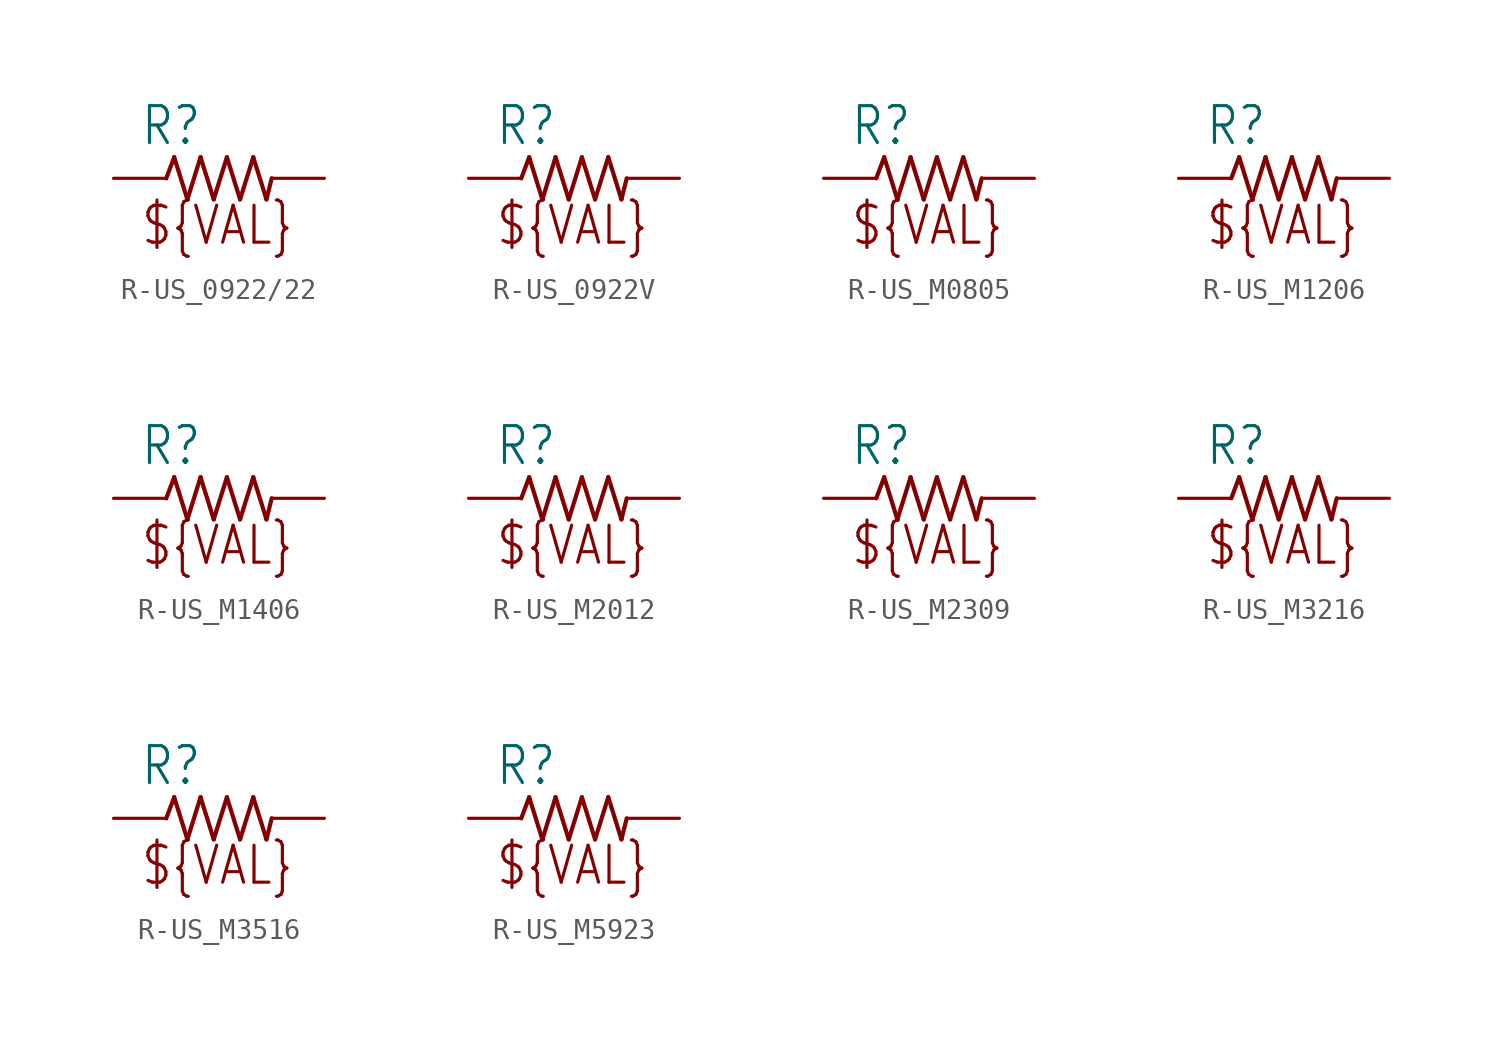
<source format=kicad_sym>
(kicad_symbol_lib
  (version 20231120)
  (generator "kicad_symbol_editor")
  (generator_version "8.0")
  (symbol "R-US_0922/22"
    (property "Reference" "R"
      (at -3.81 1.499 0)
      (effects (font (size 1.778 1.511)) (justify left bottom)))
    (property "ki_locked" ""
      (at 0 0 0)
      (effects (font (size 1.27 1.27))))
    (symbol "R-US_0922/22_1_0"
      (polyline (pts (xy -2.54 0) (xy -2.159 1.016)) (stroke (width 0.203) (type solid)) (fill (type none)))
      (polyline (pts (xy -2.159 1.016) (xy -1.524 -1.016)) (stroke (width 0.203) (type solid)) (fill (type none)))
      (polyline (pts (xy -1.524 -1.016) (xy -0.889 1.016)) (stroke (width 0.203) (type solid)) (fill (type none)))
      (polyline (pts (xy -0.889 1.016) (xy -0.254 -1.016)) (stroke (width 0.203) (type solid)) (fill (type none)))
      (polyline (pts (xy -0.254 -1.016) (xy 0.381 1.016)) (stroke (width 0.203) (type solid)) (fill (type none)))
      (polyline (pts (xy 0.381 1.016) (xy 1.016 -1.016)) (stroke (width 0.203) (type solid)) (fill (type none)))
      (polyline (pts (xy 1.016 -1.016) (xy 1.651 1.016)) (stroke (width 0.203) (type solid)) (fill (type none)))
      (polyline (pts (xy 1.651 1.016) (xy 2.286 -1.016)) (stroke (width 0.203) (type solid)) (fill (type none)))
      (polyline (pts (xy 2.286 -1.016) (xy 2.54 0)) (stroke (width 0.203) (type solid)) (fill (type none)))
      (text "${VAL}" (at -3.81 -3.302 0) (effects (font (size 1.778 1.511)) (justify left bottom)))
      (pin passive line (at -5.08 0 0) (length 2.54) (name "1" (effects (font (size 0 0)))) (number "1" (effects (font (size 0 0)))))
      (pin passive line (at 5.08 0 180) (length 2.54) (name "2" (effects (font (size 0 0)))) (number "2" (effects (font (size 0 0)))))))
  (symbol "R-US_0922V"
    (property "Reference" "R"
      (at -3.81 1.499 0)
      (effects (font (size 1.778 1.511)) (justify left bottom)))
    (property "ki_locked" ""
      (at 0 0 0)
      (effects (font (size 1.27 1.27))))
    (symbol "R-US_0922V_1_0"
      (polyline (pts (xy -2.54 0) (xy -2.159 1.016)) (stroke (width 0.203) (type solid)) (fill (type none)))
      (polyline (pts (xy -2.159 1.016) (xy -1.524 -1.016)) (stroke (width 0.203) (type solid)) (fill (type none)))
      (polyline (pts (xy -1.524 -1.016) (xy -0.889 1.016)) (stroke (width 0.203) (type solid)) (fill (type none)))
      (polyline (pts (xy -0.889 1.016) (xy -0.254 -1.016)) (stroke (width 0.203) (type solid)) (fill (type none)))
      (polyline (pts (xy -0.254 -1.016) (xy 0.381 1.016)) (stroke (width 0.203) (type solid)) (fill (type none)))
      (polyline (pts (xy 0.381 1.016) (xy 1.016 -1.016)) (stroke (width 0.203) (type solid)) (fill (type none)))
      (polyline (pts (xy 1.016 -1.016) (xy 1.651 1.016)) (stroke (width 0.203) (type solid)) (fill (type none)))
      (polyline (pts (xy 1.651 1.016) (xy 2.286 -1.016)) (stroke (width 0.203) (type solid)) (fill (type none)))
      (polyline (pts (xy 2.286 -1.016) (xy 2.54 0)) (stroke (width 0.203) (type solid)) (fill (type none)))
      (text "${VAL}" (at -3.81 -3.302 0) (effects (font (size 1.778 1.511)) (justify left bottom)))
      (pin passive line (at -5.08 0 0) (length 2.54) (name "1" (effects (font (size 0 0)))) (number "1" (effects (font (size 0 0)))))
      (pin passive line (at 5.08 0 180) (length 2.54) (name "2" (effects (font (size 0 0)))) (number "2" (effects (font (size 0 0)))))))
  (symbol "R-US_M0805"
    (property "Reference" "R"
      (at -3.81 1.499 0)
      (effects (font (size 1.778 1.511)) (justify left bottom)))
    (property "ki_locked" ""
      (at 0 0 0)
      (effects (font (size 1.27 1.27))))
    (symbol "R-US_M0805_1_0"
      (polyline (pts (xy -2.54 0) (xy -2.159 1.016)) (stroke (width 0.203) (type solid)) (fill (type none)))
      (polyline (pts (xy -2.159 1.016) (xy -1.524 -1.016)) (stroke (width 0.203) (type solid)) (fill (type none)))
      (polyline (pts (xy -1.524 -1.016) (xy -0.889 1.016)) (stroke (width 0.203) (type solid)) (fill (type none)))
      (polyline (pts (xy -0.889 1.016) (xy -0.254 -1.016)) (stroke (width 0.203) (type solid)) (fill (type none)))
      (polyline (pts (xy -0.254 -1.016) (xy 0.381 1.016)) (stroke (width 0.203) (type solid)) (fill (type none)))
      (polyline (pts (xy 0.381 1.016) (xy 1.016 -1.016)) (stroke (width 0.203) (type solid)) (fill (type none)))
      (polyline (pts (xy 1.016 -1.016) (xy 1.651 1.016)) (stroke (width 0.203) (type solid)) (fill (type none)))
      (polyline (pts (xy 1.651 1.016) (xy 2.286 -1.016)) (stroke (width 0.203) (type solid)) (fill (type none)))
      (polyline (pts (xy 2.286 -1.016) (xy 2.54 0)) (stroke (width 0.203) (type solid)) (fill (type none)))
      (text "${VAL}" (at -3.81 -3.302 0) (effects (font (size 1.778 1.511)) (justify left bottom)))
      (pin passive line (at -5.08 0 0) (length 2.54) (name "1" (effects (font (size 0 0)))) (number "1" (effects (font (size 0 0)))))
      (pin passive line (at 5.08 0 180) (length 2.54) (name "2" (effects (font (size 0 0)))) (number "2" (effects (font (size 0 0)))))))
  (symbol "R-US_M1206"
    (property "Reference" "R"
      (at -3.81 1.499 0)
      (effects (font (size 1.778 1.511)) (justify left bottom)))
    (property "ki_locked" ""
      (at 0 0 0)
      (effects (font (size 1.27 1.27))))
    (symbol "R-US_M1206_1_0"
      (polyline (pts (xy -2.54 0) (xy -2.159 1.016)) (stroke (width 0.203) (type solid)) (fill (type none)))
      (polyline (pts (xy -2.159 1.016) (xy -1.524 -1.016)) (stroke (width 0.203) (type solid)) (fill (type none)))
      (polyline (pts (xy -1.524 -1.016) (xy -0.889 1.016)) (stroke (width 0.203) (type solid)) (fill (type none)))
      (polyline (pts (xy -0.889 1.016) (xy -0.254 -1.016)) (stroke (width 0.203) (type solid)) (fill (type none)))
      (polyline (pts (xy -0.254 -1.016) (xy 0.381 1.016)) (stroke (width 0.203) (type solid)) (fill (type none)))
      (polyline (pts (xy 0.381 1.016) (xy 1.016 -1.016)) (stroke (width 0.203) (type solid)) (fill (type none)))
      (polyline (pts (xy 1.016 -1.016) (xy 1.651 1.016)) (stroke (width 0.203) (type solid)) (fill (type none)))
      (polyline (pts (xy 1.651 1.016) (xy 2.286 -1.016)) (stroke (width 0.203) (type solid)) (fill (type none)))
      (polyline (pts (xy 2.286 -1.016) (xy 2.54 0)) (stroke (width 0.203) (type solid)) (fill (type none)))
      (text "${VAL}" (at -3.81 -3.302 0) (effects (font (size 1.778 1.511)) (justify left bottom)))
      (pin passive line (at -5.08 0 0) (length 2.54) (name "1" (effects (font (size 0 0)))) (number "1" (effects (font (size 0 0)))))
      (pin passive line (at 5.08 0 180) (length 2.54) (name "2" (effects (font (size 0 0)))) (number "2" (effects (font (size 0 0)))))))
  (symbol "R-US_M1406"
    (property "Reference" "R"
      (at -3.81 1.499 0)
      (effects (font (size 1.778 1.511)) (justify left bottom)))
    (property "ki_locked" ""
      (at 0 0 0)
      (effects (font (size 1.27 1.27))))
    (symbol "R-US_M1406_1_0"
      (polyline (pts (xy -2.54 0) (xy -2.159 1.016)) (stroke (width 0.203) (type solid)) (fill (type none)))
      (polyline (pts (xy -2.159 1.016) (xy -1.524 -1.016)) (stroke (width 0.203) (type solid)) (fill (type none)))
      (polyline (pts (xy -1.524 -1.016) (xy -0.889 1.016)) (stroke (width 0.203) (type solid)) (fill (type none)))
      (polyline (pts (xy -0.889 1.016) (xy -0.254 -1.016)) (stroke (width 0.203) (type solid)) (fill (type none)))
      (polyline (pts (xy -0.254 -1.016) (xy 0.381 1.016)) (stroke (width 0.203) (type solid)) (fill (type none)))
      (polyline (pts (xy 0.381 1.016) (xy 1.016 -1.016)) (stroke (width 0.203) (type solid)) (fill (type none)))
      (polyline (pts (xy 1.016 -1.016) (xy 1.651 1.016)) (stroke (width 0.203) (type solid)) (fill (type none)))
      (polyline (pts (xy 1.651 1.016) (xy 2.286 -1.016)) (stroke (width 0.203) (type solid)) (fill (type none)))
      (polyline (pts (xy 2.286 -1.016) (xy 2.54 0)) (stroke (width 0.203) (type solid)) (fill (type none)))
      (text "${VAL}" (at -3.81 -3.302 0) (effects (font (size 1.778 1.511)) (justify left bottom)))
      (pin passive line (at -5.08 0 0) (length 2.54) (name "1" (effects (font (size 0 0)))) (number "1" (effects (font (size 0 0)))))
      (pin passive line (at 5.08 0 180) (length 2.54) (name "2" (effects (font (size 0 0)))) (number "2" (effects (font (size 0 0)))))))
  (symbol "R-US_M2012"
    (property "Reference" "R"
      (at -3.81 1.499 0)
      (effects (font (size 1.778 1.511)) (justify left bottom)))
    (property "ki_locked" ""
      (at 0 0 0)
      (effects (font (size 1.27 1.27))))
    (symbol "R-US_M2012_1_0"
      (polyline (pts (xy -2.54 0) (xy -2.159 1.016)) (stroke (width 0.203) (type solid)) (fill (type none)))
      (polyline (pts (xy -2.159 1.016) (xy -1.524 -1.016)) (stroke (width 0.203) (type solid)) (fill (type none)))
      (polyline (pts (xy -1.524 -1.016) (xy -0.889 1.016)) (stroke (width 0.203) (type solid)) (fill (type none)))
      (polyline (pts (xy -0.889 1.016) (xy -0.254 -1.016)) (stroke (width 0.203) (type solid)) (fill (type none)))
      (polyline (pts (xy -0.254 -1.016) (xy 0.381 1.016)) (stroke (width 0.203) (type solid)) (fill (type none)))
      (polyline (pts (xy 0.381 1.016) (xy 1.016 -1.016)) (stroke (width 0.203) (type solid)) (fill (type none)))
      (polyline (pts (xy 1.016 -1.016) (xy 1.651 1.016)) (stroke (width 0.203) (type solid)) (fill (type none)))
      (polyline (pts (xy 1.651 1.016) (xy 2.286 -1.016)) (stroke (width 0.203) (type solid)) (fill (type none)))
      (polyline (pts (xy 2.286 -1.016) (xy 2.54 0)) (stroke (width 0.203) (type solid)) (fill (type none)))
      (text "${VAL}" (at -3.81 -3.302 0) (effects (font (size 1.778 1.511)) (justify left bottom)))
      (pin passive line (at -5.08 0 0) (length 2.54) (name "1" (effects (font (size 0 0)))) (number "1" (effects (font (size 0 0)))))
      (pin passive line (at 5.08 0 180) (length 2.54) (name "2" (effects (font (size 0 0)))) (number "2" (effects (font (size 0 0)))))))
  (symbol "R-US_M2309"
    (property "Reference" "R"
      (at -3.81 1.499 0)
      (effects (font (size 1.778 1.511)) (justify left bottom)))
    (property "ki_locked" ""
      (at 0 0 0)
      (effects (font (size 1.27 1.27))))
    (symbol "R-US_M2309_1_0"
      (polyline (pts (xy -2.54 0) (xy -2.159 1.016)) (stroke (width 0.203) (type solid)) (fill (type none)))
      (polyline (pts (xy -2.159 1.016) (xy -1.524 -1.016)) (stroke (width 0.203) (type solid)) (fill (type none)))
      (polyline (pts (xy -1.524 -1.016) (xy -0.889 1.016)) (stroke (width 0.203) (type solid)) (fill (type none)))
      (polyline (pts (xy -0.889 1.016) (xy -0.254 -1.016)) (stroke (width 0.203) (type solid)) (fill (type none)))
      (polyline (pts (xy -0.254 -1.016) (xy 0.381 1.016)) (stroke (width 0.203) (type solid)) (fill (type none)))
      (polyline (pts (xy 0.381 1.016) (xy 1.016 -1.016)) (stroke (width 0.203) (type solid)) (fill (type none)))
      (polyline (pts (xy 1.016 -1.016) (xy 1.651 1.016)) (stroke (width 0.203) (type solid)) (fill (type none)))
      (polyline (pts (xy 1.651 1.016) (xy 2.286 -1.016)) (stroke (width 0.203) (type solid)) (fill (type none)))
      (polyline (pts (xy 2.286 -1.016) (xy 2.54 0)) (stroke (width 0.203) (type solid)) (fill (type none)))
      (text "${VAL}" (at -3.81 -3.302 0) (effects (font (size 1.778 1.511)) (justify left bottom)))
      (pin passive line (at -5.08 0 0) (length 2.54) (name "1" (effects (font (size 0 0)))) (number "1" (effects (font (size 0 0)))))
      (pin passive line (at 5.08 0 180) (length 2.54) (name "2" (effects (font (size 0 0)))) (number "2" (effects (font (size 0 0)))))))
  (symbol "R-US_M3216"
    (property "Reference" "R"
      (at -3.81 1.499 0)
      (effects (font (size 1.778 1.511)) (justify left bottom)))
    (property "ki_locked" ""
      (at 0 0 0)
      (effects (font (size 1.27 1.27))))
    (symbol "R-US_M3216_1_0"
      (polyline (pts (xy -2.54 0) (xy -2.159 1.016)) (stroke (width 0.203) (type solid)) (fill (type none)))
      (polyline (pts (xy -2.159 1.016) (xy -1.524 -1.016)) (stroke (width 0.203) (type solid)) (fill (type none)))
      (polyline (pts (xy -1.524 -1.016) (xy -0.889 1.016)) (stroke (width 0.203) (type solid)) (fill (type none)))
      (polyline (pts (xy -0.889 1.016) (xy -0.254 -1.016)) (stroke (width 0.203) (type solid)) (fill (type none)))
      (polyline (pts (xy -0.254 -1.016) (xy 0.381 1.016)) (stroke (width 0.203) (type solid)) (fill (type none)))
      (polyline (pts (xy 0.381 1.016) (xy 1.016 -1.016)) (stroke (width 0.203) (type solid)) (fill (type none)))
      (polyline (pts (xy 1.016 -1.016) (xy 1.651 1.016)) (stroke (width 0.203) (type solid)) (fill (type none)))
      (polyline (pts (xy 1.651 1.016) (xy 2.286 -1.016)) (stroke (width 0.203) (type solid)) (fill (type none)))
      (polyline (pts (xy 2.286 -1.016) (xy 2.54 0)) (stroke (width 0.203) (type solid)) (fill (type none)))
      (text "${VAL}" (at -3.81 -3.302 0) (effects (font (size 1.778 1.511)) (justify left bottom)))
      (pin passive line (at -5.08 0 0) (length 2.54) (name "1" (effects (font (size 0 0)))) (number "1" (effects (font (size 0 0)))))
      (pin passive line (at 5.08 0 180) (length 2.54) (name "2" (effects (font (size 0 0)))) (number "2" (effects (font (size 0 0)))))))
  (symbol "R-US_M3516"
    (property "Reference" "R"
      (at -3.81 1.499 0)
      (effects (font (size 1.778 1.511)) (justify left bottom)))
    (property "ki_locked" ""
      (at 0 0 0)
      (effects (font (size 1.27 1.27))))
    (symbol "R-US_M3516_1_0"
      (polyline (pts (xy -2.54 0) (xy -2.159 1.016)) (stroke (width 0.203) (type solid)) (fill (type none)))
      (polyline (pts (xy -2.159 1.016) (xy -1.524 -1.016)) (stroke (width 0.203) (type solid)) (fill (type none)))
      (polyline (pts (xy -1.524 -1.016) (xy -0.889 1.016)) (stroke (width 0.203) (type solid)) (fill (type none)))
      (polyline (pts (xy -0.889 1.016) (xy -0.254 -1.016)) (stroke (width 0.203) (type solid)) (fill (type none)))
      (polyline (pts (xy -0.254 -1.016) (xy 0.381 1.016)) (stroke (width 0.203) (type solid)) (fill (type none)))
      (polyline (pts (xy 0.381 1.016) (xy 1.016 -1.016)) (stroke (width 0.203) (type solid)) (fill (type none)))
      (polyline (pts (xy 1.016 -1.016) (xy 1.651 1.016)) (stroke (width 0.203) (type solid)) (fill (type none)))
      (polyline (pts (xy 1.651 1.016) (xy 2.286 -1.016)) (stroke (width 0.203) (type solid)) (fill (type none)))
      (polyline (pts (xy 2.286 -1.016) (xy 2.54 0)) (stroke (width 0.203) (type solid)) (fill (type none)))
      (text "${VAL}" (at -3.81 -3.302 0) (effects (font (size 1.778 1.511)) (justify left bottom)))
      (pin passive line (at -5.08 0 0) (length 2.54) (name "1" (effects (font (size 0 0)))) (number "1" (effects (font (size 0 0)))))
      (pin passive line (at 5.08 0 180) (length 2.54) (name "2" (effects (font (size 0 0)))) (number "2" (effects (font (size 0 0)))))))
  (symbol "R-US_M5923"
    (property "Reference" "R"
      (at -3.81 1.499 0)
      (effects (font (size 1.778 1.511)) (justify left bottom)))
    (property "ki_locked" ""
      (at 0 0 0)
      (effects (font (size 1.27 1.27))))
    (symbol "R-US_M5923_1_0"
      (polyline (pts (xy -2.54 0) (xy -2.159 1.016)) (stroke (width 0.203) (type solid)) (fill (type none)))
      (polyline (pts (xy -2.159 1.016) (xy -1.524 -1.016)) (stroke (width 0.203) (type solid)) (fill (type none)))
      (polyline (pts (xy -1.524 -1.016) (xy -0.889 1.016)) (stroke (width 0.203) (type solid)) (fill (type none)))
      (polyline (pts (xy -0.889 1.016) (xy -0.254 -1.016)) (stroke (width 0.203) (type solid)) (fill (type none)))
      (polyline (pts (xy -0.254 -1.016) (xy 0.381 1.016)) (stroke (width 0.203) (type solid)) (fill (type none)))
      (polyline (pts (xy 0.381 1.016) (xy 1.016 -1.016)) (stroke (width 0.203) (type solid)) (fill (type none)))
      (polyline (pts (xy 1.016 -1.016) (xy 1.651 1.016)) (stroke (width 0.203) (type solid)) (fill (type none)))
      (polyline (pts (xy 1.651 1.016) (xy 2.286 -1.016)) (stroke (width 0.203) (type solid)) (fill (type none)))
      (polyline (pts (xy 2.286 -1.016) (xy 2.54 0)) (stroke (width 0.203) (type solid)) (fill (type none)))
      (text "${VAL}" (at -3.81 -3.302 0) (effects (font (size 1.778 1.511)) (justify left bottom)))
      (pin passive line (at -5.08 0 0) (length 2.54) (name "1" (effects (font (size 0 0)))) (number "1" (effects (font (size 0 0)))))
      (pin passive line (at 5.08 0 180) (length 2.54) (name "2" (effects (font (size 0 0)))) (number "2" (effects (font (size 0 0))))))))
</source>
